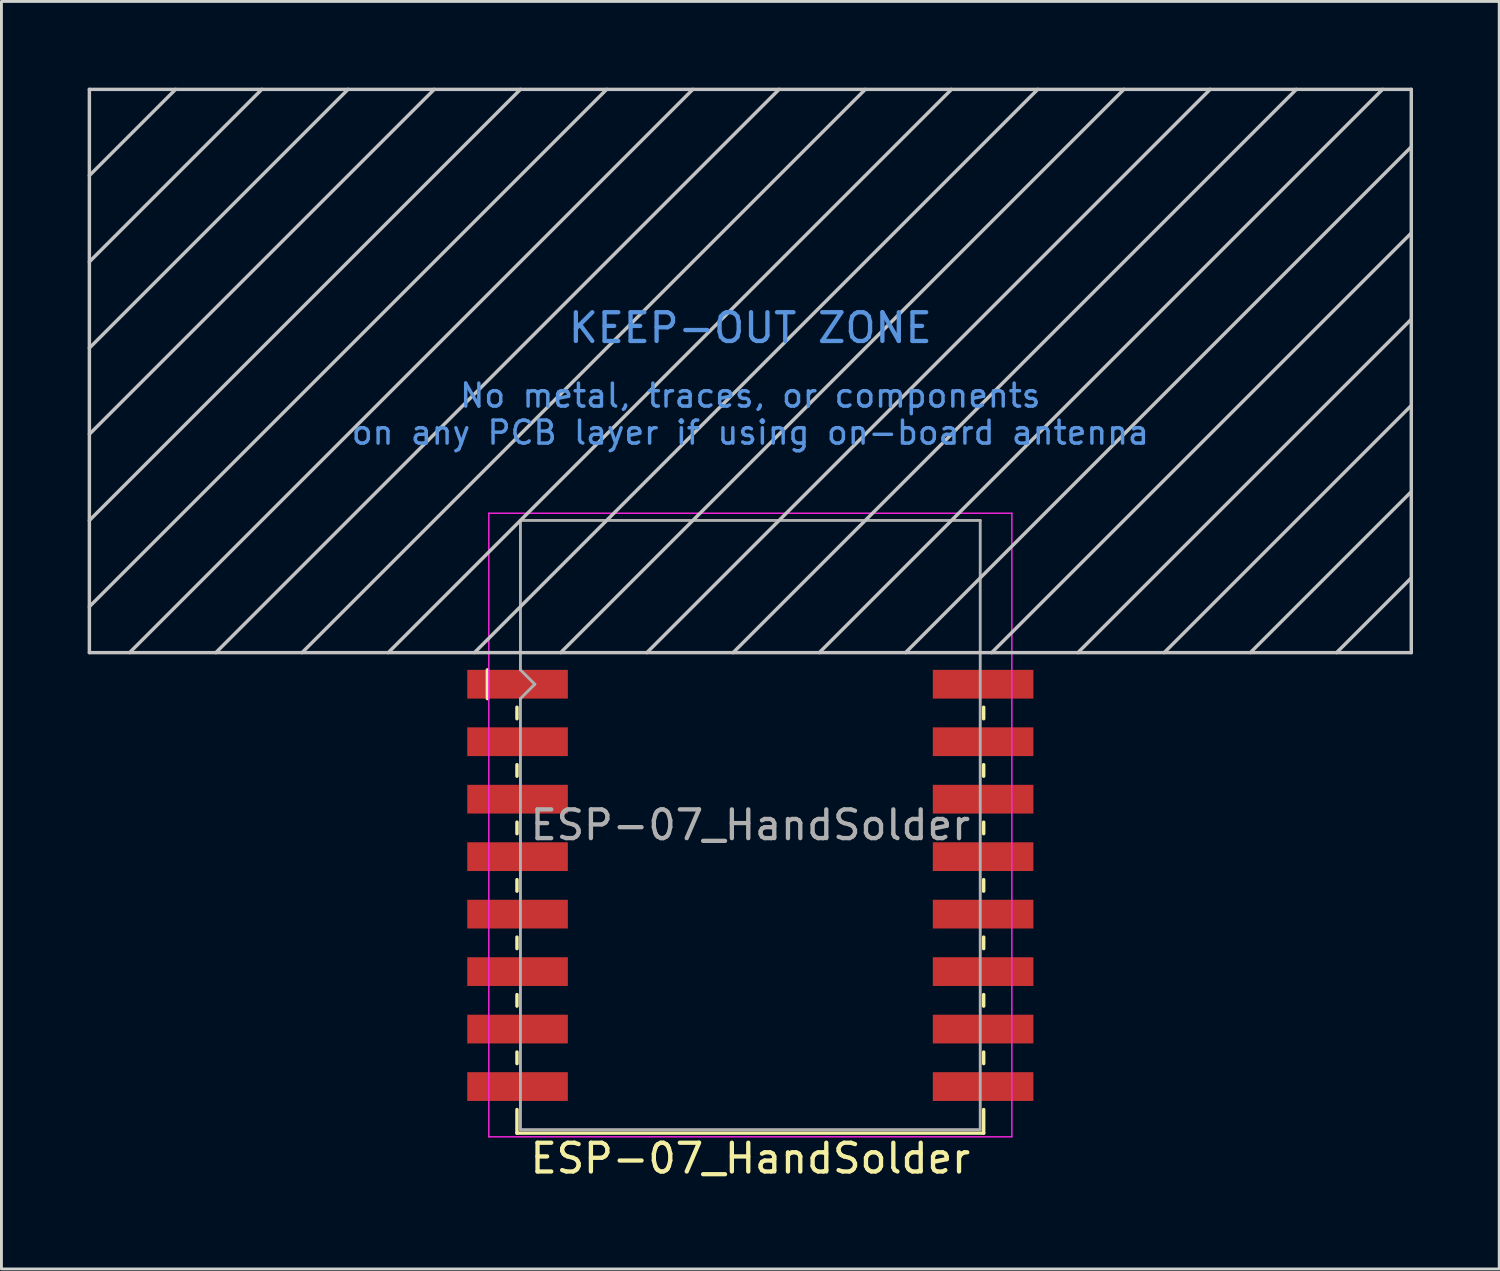
<source format=kicad_pcb>
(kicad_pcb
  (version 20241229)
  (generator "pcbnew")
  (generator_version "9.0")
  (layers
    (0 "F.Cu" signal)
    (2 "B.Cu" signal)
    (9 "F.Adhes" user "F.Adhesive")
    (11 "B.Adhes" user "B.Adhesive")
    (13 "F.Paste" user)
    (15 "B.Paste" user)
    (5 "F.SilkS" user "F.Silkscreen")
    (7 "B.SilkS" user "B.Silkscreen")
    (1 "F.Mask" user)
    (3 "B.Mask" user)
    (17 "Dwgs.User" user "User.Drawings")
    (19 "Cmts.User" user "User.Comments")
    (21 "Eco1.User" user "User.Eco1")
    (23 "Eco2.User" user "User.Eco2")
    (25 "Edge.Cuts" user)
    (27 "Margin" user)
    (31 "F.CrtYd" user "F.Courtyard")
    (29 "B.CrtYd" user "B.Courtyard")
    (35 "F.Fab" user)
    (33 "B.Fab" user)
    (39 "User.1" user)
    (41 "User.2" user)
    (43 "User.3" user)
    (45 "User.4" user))
  (footprint "ESP-07_HandSolder"
    (layer "F.Cu")
    (at 23.06 25.66)
    (property "Reference" "ESP-07_HandSolder" (at 0 11.6 0) (layer "F.SilkS") (effects (font (size 1 1) (thickness 0.15))))
    (attr smd)
    (fp_line (start -9.15 -5.4) (end -9.15 -4.4) (stroke (width 0.12) (type solid)) (layer "F.SilkS"))
    (fp_line (start -8.12 -3.7) (end -8.12 -4.1) (stroke (width 0.12) (type solid)) (layer "F.SilkS"))
    (fp_line (start -8.12 -1.7) (end -8.12 -2.1) (stroke (width 0.12) (type solid)) (layer "F.SilkS"))
    (fp_line (start -8.12 0.3) (end -8.12 -0.1) (stroke (width 0.12) (type solid)) (layer "F.SilkS"))
    (fp_line (start -8.12 2.3) (end -8.12 1.9) (stroke (width 0.12) (type solid)) (layer "F.SilkS"))
    (fp_line (start -8.12 4.3) (end -8.12 3.9) (stroke (width 0.12) (type solid)) (layer "F.SilkS"))
    (fp_line (start -8.12 6.3) (end -8.12 5.9) (stroke (width 0.12) (type solid)) (layer "F.SilkS"))
    (fp_line (start -8.12 8.3) (end -8.12 7.9) (stroke (width 0.12) (type solid)) (layer "F.SilkS"))
    (fp_line (start -8.12 10.72) (end -8.12 9.9) (stroke (width 0.12) (type solid)) (layer "F.SilkS"))
    (fp_line (start 8.12 -3.7) (end 8.12 -4.1) (stroke (width 0.12) (type solid)) (layer "F.SilkS"))
    (fp_line (start 8.12 -1.7) (end 8.12 -2.1) (stroke (width 0.12) (type solid)) (layer "F.SilkS"))
    (fp_line (start 8.12 0.3) (end 8.12 -0.1) (stroke (width 0.12) (type solid)) (layer "F.SilkS"))
    (fp_line (start 8.12 2.3) (end 8.12 1.9) (stroke (width 0.12) (type solid)) (layer "F.SilkS"))
    (fp_line (start 8.12 4.3) (end 8.12 3.9) (stroke (width 0.12) (type solid)) (layer "F.SilkS"))
    (fp_line (start 8.12 6.3) (end 8.12 5.9) (stroke (width 0.12) (type solid)) (layer "F.SilkS"))
    (fp_line (start 8.12 8.3) (end 8.12 7.9) (stroke (width 0.12) (type solid)) (layer "F.SilkS"))
    (fp_line (start 8.12 9.9) (end 8.12 10.72) (stroke (width 0.12) (type solid)) (layer "F.SilkS"))
    (fp_line (start 8.12 10.72) (end -8.12 10.72) (stroke (width 0.12) (type solid)) (layer "F.SilkS"))
    (fp_line (start -23 -25.6) (end -23 -6) (stroke (width 0.12) (type solid)) (layer "Dwgs.User"))
    (fp_line (start -23 -25.6) (end 23 -25.6) (stroke (width 0.12) (type solid)) (layer "Dwgs.User"))
    (fp_line (start -20 -25.6) (end -23 -22.6) (stroke (width 0.12) (type solid)) (layer "Dwgs.User"))
    (fp_line (start -17 -25.6) (end -23 -19.6) (stroke (width 0.12) (type solid)) (layer "Dwgs.User"))
    (fp_line (start -15.6 -6) (end 4 -25.6) (stroke (width 0.12) (type solid)) (layer "Dwgs.User"))
    (fp_line (start -14 -25.6) (end -23 -16.6) (stroke (width 0.12) (type solid)) (layer "Dwgs.User"))
    (fp_line (start -11 -25.6) (end -23 -13.6) (stroke (width 0.12) (type solid)) (layer "Dwgs.User"))
    (fp_line (start -8 -25.6) (end -23 -10.6) (stroke (width 0.12) (type solid)) (layer "Dwgs.User"))
    (fp_line (start -6.6 -6) (end 13 -25.6) (stroke (width 0.12) (type solid)) (layer "Dwgs.User"))
    (fp_line (start -5 -25.6) (end -23 -7.6) (stroke (width 0.12) (type solid)) (layer "Dwgs.User"))
    (fp_line (start -2 -25.6) (end -21.6 -6) (stroke (width 0.12) (type solid)) (layer "Dwgs.User"))
    (fp_line (start 1 -25.6) (end -18.6 -6) (stroke (width 0.12) (type solid)) (layer "Dwgs.User"))
    (fp_line (start 2.4 -6) (end 22 -25.6) (stroke (width 0.12) (type solid)) (layer "Dwgs.User"))
    (fp_line (start 5.4 -6) (end 23 -23.6) (stroke (width 0.12) (type solid)) (layer "Dwgs.User"))
    (fp_line (start 7 -25.6) (end -12.6 -6) (stroke (width 0.12) (type solid)) (layer "Dwgs.User"))
    (fp_line (start 10 -25.6) (end -9.6 -6) (stroke (width 0.12) (type solid)) (layer "Dwgs.User"))
    (fp_line (start 16 -25.6) (end -3.6 -6) (stroke (width 0.12) (type solid)) (layer "Dwgs.User"))
    (fp_line (start 19 -25.6) (end -0.6 -6) (stroke (width 0.12) (type solid)) (layer "Dwgs.User"))
    (fp_line (start 23 -20.6) (end 8.4 -6) (stroke (width 0.12) (type solid)) (layer "Dwgs.User"))
    (fp_line (start 23 -17.6) (end 11.4 -6) (stroke (width 0.12) (type solid)) (layer "Dwgs.User"))
    (fp_line (start 23 -14.6) (end 14.4 -6) (stroke (width 0.12) (type solid)) (layer "Dwgs.User"))
    (fp_line (start 23 -11.6) (end 17.4 -6) (stroke (width 0.12) (type solid)) (layer "Dwgs.User"))
    (fp_line (start 23 -8.6) (end 20.4 -6) (stroke (width 0.12) (type solid)) (layer "Dwgs.User"))
    (fp_line (start 23 -6) (end -23 -6) (stroke (width 0.12) (type solid)) (layer "Dwgs.User"))
    (fp_line (start 23 -6) (end 23 -25.6) (stroke (width 0.12) (type solid)) (layer "Dwgs.User"))
    (fp_line (start -9.1 -10.85) (end 9.1 -10.85) (stroke (width 0.05) (type solid)) (layer "F.CrtYd"))
    (fp_line (start -9.1 10.85) (end -9.1 -10.85) (stroke (width 0.05) (type solid)) (layer "F.CrtYd"))
    (fp_line (start 9.1 -10.85) (end 9.1 10.85) (stroke (width 0.05) (type solid)) (layer "F.CrtYd"))
    (fp_line (start 9.1 10.85) (end -9.1 10.85) (stroke (width 0.05) (type solid)) (layer "F.CrtYd"))
    (fp_line (start -8 -10.6) (end 8 -10.6) (stroke (width 0.1) (type solid)) (layer "F.Fab"))
    (fp_line (start -8 -5.4) (end -8 -10.6) (stroke (width 0.1) (type solid)) (layer "F.Fab"))
    (fp_line (start -8 -4.4) (end -7.5 -4.9) (stroke (width 0.1) (type solid)) (layer "F.Fab"))
    (fp_line (start -8 10.6) (end -8 -4.4) (stroke (width 0.1) (type solid)) (layer "F.Fab"))
    (fp_line (start -7.5 -4.9) (end -8 -5.4) (stroke (width 0.1) (type solid)) (layer "F.Fab"))
    (fp_line (start 8 -10.6) (end 8 10.6) (stroke (width 0.1) (type solid)) (layer "F.Fab"))
    (fp_line (start 8 10.6) (end -8 10.6) (stroke (width 0.1) (type solid)) (layer "F.Fab"))
    (fp_text user "KEEP-OUT ZONE" (at 0 -17.3 180) (layer "Cmts.User") (effects (font (size 1 1) (thickness 0.15))))
    (fp_text user "No metal, traces, or components\non any PCB layer if using on-board antenna" (at 0 -14.3 180) (layer "Cmts.User") (effects (font (size 0.8 0.8) (thickness 0.12))))
    (fp_text user "${REFERENCE}" (at 0 0 0) (layer "F.Fab") (effects (font (size 1 1) (thickness 0.15))))
    (pad "1" smd rect (at -8.1 -4.9) (size 3.5 1) (layers "F.Cu" "F.Mask" "F.Paste"))
    (pad "2" smd rect (at -8.1 -2.9) (size 3.5 1) (layers "F.Cu" "F.Mask" "F.Paste"))
    (pad "3" smd rect (at -8.1 -0.9) (size 3.5 1) (layers "F.Cu" "F.Mask" "F.Paste"))
    (pad "4" smd rect (at -8.1 1.1) (size 3.5 1) (layers "F.Cu" "F.Mask" "F.Paste"))
    (pad "5" smd rect (at -8.1 3.1) (size 3.5 1) (layers "F.Cu" "F.Mask" "F.Paste"))
    (pad "6" smd rect (at -8.1 5.1) (size 3.5 1) (layers "F.Cu" "F.Mask" "F.Paste"))
    (pad "7" smd rect (at -8.1 7.1) (size 3.5 1) (layers "F.Cu" "F.Mask" "F.Paste"))
    (pad "8" smd rect (at -8.1 9.1) (size 3.5 1) (layers "F.Cu" "F.Mask" "F.Paste"))
    (pad "9" smd rect (at 8.1 9.1) (size 3.5 1) (layers "F.Cu" "F.Mask" "F.Paste"))
    (pad "10" smd rect (at 8.1 7.1) (size 3.5 1) (layers "F.Cu" "F.Mask" "F.Paste"))
    (pad "11" smd rect (at 8.1 5.1) (size 3.5 1) (layers "F.Cu" "F.Mask" "F.Paste"))
    (pad "12" smd rect (at 8.1 3.1) (size 3.5 1) (layers "F.Cu" "F.Mask" "F.Paste"))
    (pad "13" smd rect (at 8.1 1.1) (size 3.5 1) (layers "F.Cu" "F.Mask" "F.Paste"))
    (pad "14" smd rect (at 8.1 -0.9) (size 3.5 1) (layers "F.Cu" "F.Mask" "F.Paste"))
    (pad "15" smd rect (at 8.1 -2.9) (size 3.5 1) (layers "F.Cu" "F.Mask" "F.Paste"))
    (pad "16" smd rect (at 8.1 -4.9) (size 3.5 1) (layers "F.Cu" "F.Mask" "F.Paste")))
  (gr_rect
    (start -3 -3)
    (end 49.12 41.108)
    (stroke (width 0.1) (type default))
    (fill no)
    (layer "Edge.Cuts")))
</source>
